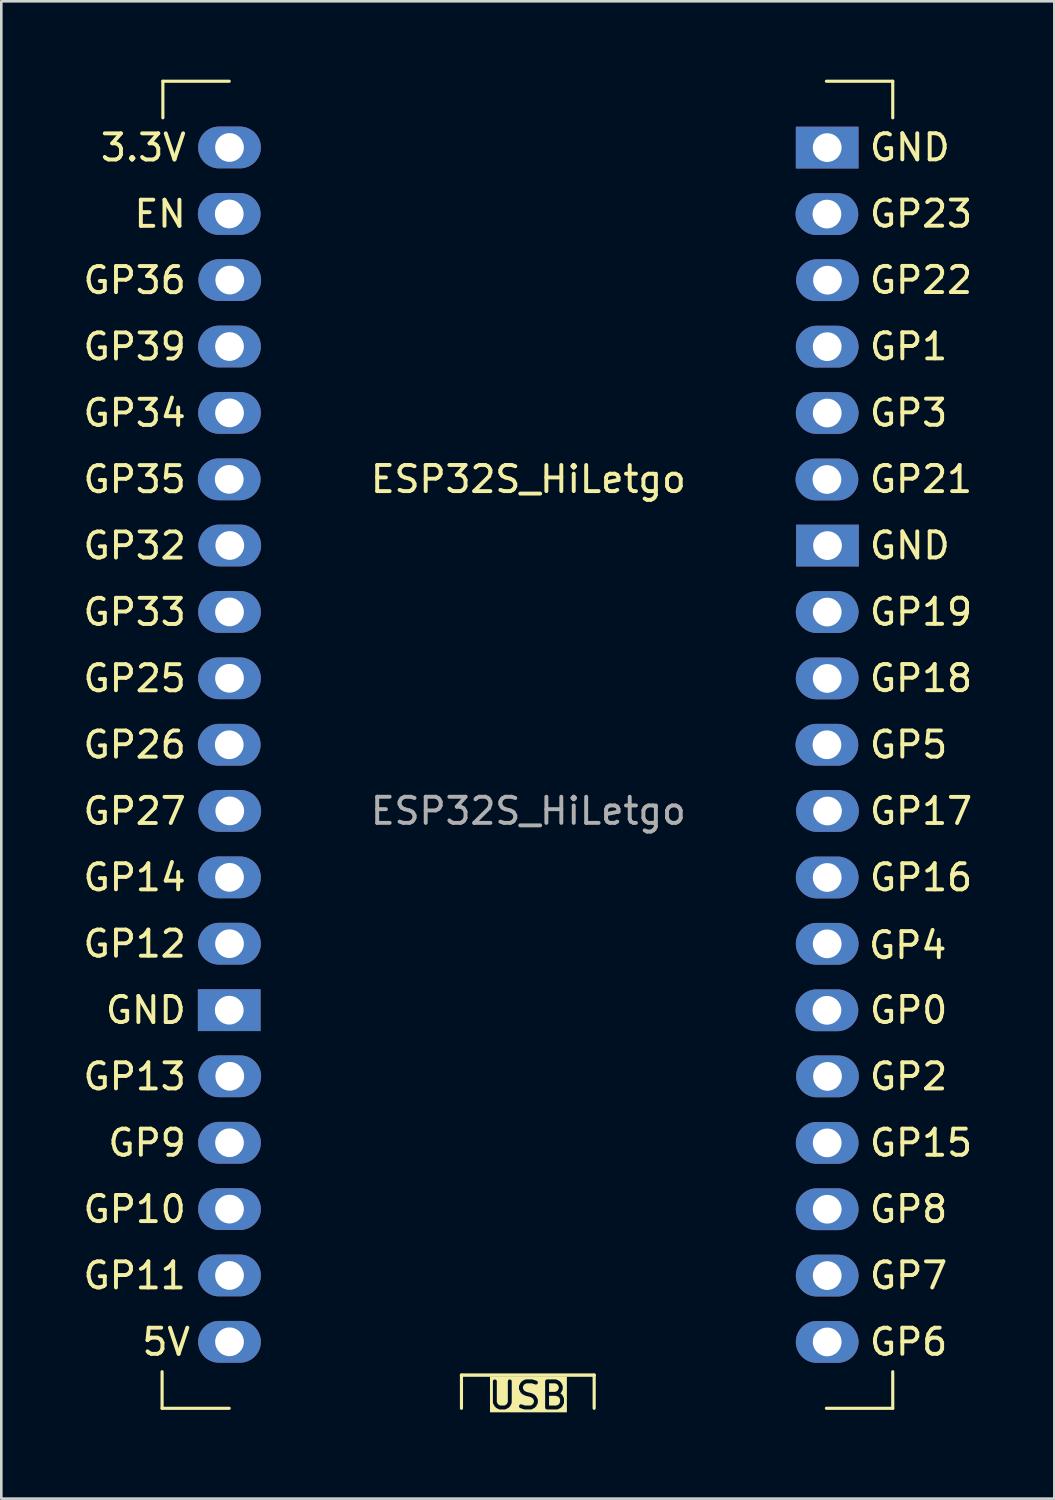
<source format=kicad_pcb>
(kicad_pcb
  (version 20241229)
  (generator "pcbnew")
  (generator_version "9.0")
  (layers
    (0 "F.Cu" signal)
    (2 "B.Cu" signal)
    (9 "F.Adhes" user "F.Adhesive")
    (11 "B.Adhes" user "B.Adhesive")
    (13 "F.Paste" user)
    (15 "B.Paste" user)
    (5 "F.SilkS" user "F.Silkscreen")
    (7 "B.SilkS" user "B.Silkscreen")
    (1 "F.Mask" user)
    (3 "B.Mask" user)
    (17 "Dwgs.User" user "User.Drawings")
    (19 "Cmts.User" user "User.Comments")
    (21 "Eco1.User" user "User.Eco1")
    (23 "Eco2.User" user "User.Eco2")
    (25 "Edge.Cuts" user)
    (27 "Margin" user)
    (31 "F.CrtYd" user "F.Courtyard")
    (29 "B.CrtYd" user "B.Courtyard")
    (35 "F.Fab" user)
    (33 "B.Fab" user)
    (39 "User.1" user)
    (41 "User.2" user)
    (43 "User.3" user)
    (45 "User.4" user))
  (footprint "ESP32S_HiLetgo"
    (layer "F.Cu")
    (at 17.155 25.46)
    (property "Reference" "ESP32S_HiLetgo" (at 0.02 -10.165 0) (unlocked yes) (layer "F.SilkS") (effects (font (size 1 1) (thickness 0.15))))
    (attr smd)
    (fp_line (start -14 25.4) (end -14 24) (stroke (width 0.12) (type default)) (layer "F.SilkS"))
    (fp_line (start -13.97 -25.4) (end -13.97 -24) (stroke (width 0.12) (type default)) (layer "F.SilkS"))
    (fp_line (start -11.43 -25.4) (end -13.97 -25.4) (stroke (width 0.12) (type default)) (layer "F.SilkS"))
    (fp_line (start -11.43 25.4) (end -14 25.4) (stroke (width 0.12) (type default)) (layer "F.SilkS"))
    (fp_line (start -2.54 24.13) (end 2.54 24.13) (stroke (width 0.13) (type default)) (layer "F.SilkS"))
    (fp_line (start -2.54 25.4) (end -2.54 24.13) (stroke (width 0.12) (type default)) (layer "F.SilkS"))
    (fp_line (start 2.54 24.13) (end 2.54 25.4) (stroke (width 0.12) (type default)) (layer "F.SilkS"))
    (fp_line (start 11.43 -25.4) (end 13.97 -25.4) (stroke (width 0.12) (type default)) (layer "F.SilkS"))
    (fp_line (start 11.43 25.4) (end 13.97 25.4) (stroke (width 0.12) (type default)) (layer "F.SilkS"))
    (fp_line (start 13.97 -25.4) (end 13.97 -24) (stroke (width 0.12) (type default)) (layer "F.SilkS"))
    (fp_line (start 13.97 25.4) (end 13.97 24) (stroke (width 0.12) (type default)) (layer "F.SilkS"))
    (fp_text user "EN" (at -13 -20.32 0) (unlocked yes) (layer "F.SilkS") (effects (font (size 1 1) (thickness 0.15)) (justify right)))
    (fp_text user "GP27" (at -13 2.54 0) (unlocked yes) (layer "F.SilkS") (effects (font (size 1 1) (thickness 0.15)) (justify right)))
    (fp_text user "GND" (at 13 -22.865 0) (unlocked yes) (layer "F.SilkS") (effects (font (size 1 1) (thickness 0.15)) (justify left)))
    (fp_text user "GP19" (at 13 -5.085 0) (unlocked yes) (layer "F.SilkS") (effects (font (size 1 1) (thickness 0.15)) (justify left)))
    (fp_text user "GP0" (at 13 10.16 0) (unlocked yes) (layer "F.SilkS") (effects (font (size 1 1) (thickness 0.15)) (justify left)))
    (fp_text user "GP14" (at -13 5.08 0) (unlocked yes) (layer "F.SilkS") (effects (font (size 1 1) (thickness 0.15)) (justify right)))
    (fp_text user "GP3" (at 13 -12.705 0) (unlocked yes) (layer "F.SilkS") (effects (font (size 1 1) (thickness 0.15)) (justify left)))
    (fp_text user "GP21" (at 13 -10.165 0) (unlocked yes) (layer "F.SilkS") (effects (font (size 1 1) (thickness 0.15)) (justify left)))
    (fp_text user "GP26" (at -13 0 0) (unlocked yes) (layer "F.SilkS") (effects (font (size 1 1) (thickness 0.15)) (justify right)))
    (fp_text user "GP22" (at 13 -17.785 0) (unlocked yes) (layer "F.SilkS") (effects (font (size 1 1) (thickness 0.15)) (justify left)))
    (fp_text user "GP33" (at -13 -5.08 0) (unlocked yes) (layer "F.SilkS") (effects (font (size 1 1) (thickness 0.15)) (justify right)))
    (fp_text user "GP11" (at -13 20.32 0) (unlocked yes) (layer "F.SilkS") (effects (font (size 1 1) (thickness 0.15)) (justify right)))
    (fp_text user "GP9" (at -13 15.24 0) (unlocked yes) (layer "F.SilkS") (effects (font (size 1 1) (thickness 0.15)) (justify right)))
    (fp_text user "GP4" (at 12.968 7.678 0) (unlocked yes) (layer "F.SilkS") (effects (font (size 1 1) (thickness 0.15)) (justify left)))
    (fp_text user "3.3V" (at -13 -22.86 0) (unlocked yes) (layer "F.SilkS") (effects (font (size 1 1) (thickness 0.15)) (justify right)))
    (fp_text user "GND" (at 13 -7.625 0) (unlocked yes) (layer "F.SilkS") (effects (font (size 1 1) (thickness 0.15)) (justify left)))
    (fp_text user "GP39" (at -13 -15.24 0) (unlocked yes) (layer "F.SilkS") (effects (font (size 1 1) (thickness 0.15)) (justify right)))
    (fp_text user "GP23" (at 13 -20.325 0) (unlocked yes) (layer "F.SilkS") (effects (font (size 1 1) (thickness 0.15)) (justify left)))
    (fp_text user "GP25" (at -13 -2.54 0) (unlocked yes) (layer "F.SilkS") (effects (font (size 1 1) (thickness 0.15)) (justify right)))
    (fp_text user "GP12" (at -13 7.62 0) (unlocked yes) (layer "F.SilkS") (effects (font (size 1 1) (thickness 0.15)) (justify right)))
    (fp_text user "GP16" (at 13 5.08 0) (unlocked yes) (layer "F.SilkS") (effects (font (size 1 1) (thickness 0.15)) (justify left)))
    (fp_text user "GP13" (at -13 12.7 0) (unlocked yes) (layer "F.SilkS") (effects (font (size 1 1) (thickness 0.15)) (justify right)))
    (fp_text user "5V" (at -12.84 22.86 0) (unlocked yes) (layer "F.SilkS") (effects (font (size 1 1) (thickness 0.15)) (justify right)))
    (fp_text user "GP15" (at 13 15.24 0) (unlocked yes) (layer "F.SilkS") (effects (font (size 1 1) (thickness 0.15)) (justify left)))
    (fp_text user "GND" (at -13 10.16 0) (unlocked yes) (layer "F.SilkS") (effects (font (size 1 1) (thickness 0.15)) (justify right)))
    (fp_text user "GP34" (at -13 -12.7 0) (unlocked yes) (layer "F.SilkS") (effects (font (size 1 1) (thickness 0.15)) (justify right)))
    (fp_text user "GP8" (at 13 17.78 0) (unlocked yes) (layer "F.SilkS") (effects (font (size 1 1) (thickness 0.15)) (justify left)))
    (fp_text user "GP18" (at 13 -2.545 0) (unlocked yes) (layer "F.SilkS") (effects (font (size 1 1) (thickness 0.15)) (justify left)))
    (fp_text user "GP5" (at 13 0 0) (unlocked yes) (layer "F.SilkS") (effects (font (size 1 1) (thickness 0.15)) (justify left)))
    (fp_text user "GP35" (at -13 -10.16 0) (unlocked yes) (layer "F.SilkS") (effects (font (size 1 1) (thickness 0.15)) (justify right)))
    (fp_text user "GP2" (at 13 12.7 0) (unlocked yes) (layer "F.SilkS") (effects (font (size 1 1) (thickness 0.15)) (justify left)))
    (fp_text user "GP10" (at -13 17.78 0) (unlocked yes) (layer "F.SilkS") (effects (font (size 1 1) (thickness 0.15)) (justify right)))
    (fp_text user "GP7" (at 13 20.32 0) (unlocked yes) (layer "F.SilkS") (effects (font (size 1 1) (thickness 0.15)) (justify left)))
    (fp_text user "USB" (at 0 25.5 0) (unlocked yes) (layer "F.SilkS" knockout) (effects (font (size 1 1) (thickness 0.15)) (justify bottom)))
    (fp_text user "GP6" (at 13 22.86 0) (unlocked yes) (layer "F.SilkS") (effects (font (size 1 1) (thickness 0.15)) (justify left)))
    (fp_text user "GP36" (at -13 -17.78 0) (unlocked yes) (layer "F.SilkS") (effects (font (size 1 1) (thickness 0.15)) (justify right)))
    (fp_text user "GP32" (at -13 -7.62 0) (unlocked yes) (layer "F.SilkS") (effects (font (size 1 1) (thickness 0.15)) (justify right)))
    (fp_text user "GP17" (at 13 2.54 0) (unlocked yes) (layer "F.SilkS") (effects (font (size 1 1) (thickness 0.15)) (justify left)))
    (fp_text user "GP1" (at 13 -15.245 0) (unlocked yes) (layer "F.SilkS") (effects (font (size 1 1) (thickness 0.15)) (justify left)))
    (fp_text user "${REFERENCE}" (at 0.02 2.535 0) (unlocked yes) (layer "F.Fab") (effects (font (size 1 1) (thickness 0.15))))
    (pad "1" thru_hole oval (at -11.42 -22.865) (size 2.4 1.6) (drill 1.1) (layers "*.Cu" "*.Mask"))
    (pad "2" thru_hole oval (at -11.43 -20.32) (size 2.4 1.6) (drill 1.1) (layers "*.Cu" "*.Mask"))
    (pad "3" thru_hole oval (at -11.41 -17.789) (size 2.4 1.6) (drill 1.1) (layers "*.Cu" "*.Mask"))
    (pad "4" thru_hole oval (at -11.42 -15.245) (size 2.4 1.6) (drill 1.1) (layers "*.Cu" "*.Mask"))
    (pad "5" thru_hole oval (at -11.42 -12.705) (size 2.4 1.6) (drill 1.1) (layers "*.Cu" "*.Mask"))
    (pad "6" thru_hole oval (at -11.43 -10.16) (size 2.4 1.6) (drill 1.1) (layers "*.Cu" "*.Mask"))
    (pad "7" thru_hole oval (at -11.41 -7.629) (size 2.4 1.6) (drill 1.1) (layers "*.Cu" "*.Mask"))
    (pad "8" thru_hole oval (at -11.42 -5.085) (size 2.4 1.6) (drill 1.1) (layers "*.Cu" "*.Mask"))
    (pad "9" thru_hole oval (at -11.42 -2.545) (size 2.4 1.6) (drill 1.1) (layers "*.Cu" "*.Mask"))
    (pad "10" thru_hole oval (at -11.43 0) (size 2.4 1.6) (drill 1.1) (layers "*.Cu" "*.Mask"))
    (pad "11" thru_hole oval (at -11.41 2.531) (size 2.4 1.6) (drill 1.1) (layers "*.Cu" "*.Mask"))
    (pad "12" thru_hole oval (at -11.42 5.075) (size 2.4 1.6) (drill 1.1) (layers "*.Cu" "*.Mask"))
    (pad "13" thru_hole oval (at -11.42 7.615) (size 2.4 1.6) (drill 1.1) (layers "*.Cu" "*.Mask"))
    (pad "14" thru_hole rect (at -11.43 10.16) (size 2.4 1.6) (drill 1.1) (layers "*.Cu" "*.Mask"))
    (pad "15" thru_hole oval (at -11.41 12.691) (size 2.4 1.6) (drill 1.1) (layers "*.Cu" "*.Mask"))
    (pad "16" thru_hole oval (at -11.42 15.235) (size 2.4 1.6) (drill 1.1) (layers "*.Cu" "*.Mask"))
    (pad "17" thru_hole oval (at -11.42 17.775) (size 2.4 1.6) (drill 1.1) (layers "*.Cu" "*.Mask"))
    (pad "18" thru_hole oval (at -11.42 20.315) (size 2.4 1.6) (drill 1.1) (layers "*.Cu" "*.Mask"))
    (pad "19" thru_hole oval (at -11.42 22.855) (size 2.4 1.6) (drill 1.1) (layers "*.Cu" "*.Mask"))
    (pad "20" thru_hole oval (at 11.46 22.86) (size 2.4 1.6) (drill 1.1) (layers "*.Cu" "*.Mask"))
    (pad "21" thru_hole oval (at 11.46 20.32) (size 2.4 1.6) (drill 1.1) (layers "*.Cu" "*.Mask"))
    (pad "22" thru_hole oval (at 11.46 17.78) (size 2.4 1.6) (drill 1.1) (layers "*.Cu" "*.Mask"))
    (pad "23" thru_hole oval (at 11.46 15.24) (size 2.4 1.6) (drill 1.1) (layers "*.Cu" "*.Mask"))
    (pad "24" thru_hole oval (at 11.471 12.695) (size 2.4 1.6) (drill 1.1) (layers "*.Cu" "*.Mask"))
    (pad "25" thru_hole oval (at 11.45 10.165) (size 2.4 1.6) (drill 1.1) (layers "*.Cu" "*.Mask"))
    (pad "26" thru_hole oval (at 11.46 7.62) (size 2.4 1.6) (drill 1.1) (layers "*.Cu" "*.Mask"))
    (pad "27" thru_hole oval (at 11.46 5.08) (size 2.4 1.6) (drill 1.1) (layers "*.Cu" "*.Mask"))
    (pad "28" thru_hole oval (at 11.471 2.535) (size 2.4 1.6) (drill 1.1) (layers "*.Cu" "*.Mask"))
    (pad "29" thru_hole oval (at 11.45 0) (size 2.4 1.6) (drill 1.1) (layers "*.Cu" "*.Mask"))
    (pad "30" thru_hole oval (at 11.46 -2.54) (size 2.4 1.6) (drill 1.1) (layers "*.Cu" "*.Mask"))
    (pad "31" thru_hole oval (at 11.46 -5.08) (size 2.4 1.6) (drill 1.1) (layers "*.Cu" "*.Mask"))
    (pad "32" thru_hole rect (at 11.471 -7.625) (size 2.4 1.6) (drill 1.1) (layers "*.Cu" "*.Mask"))
    (pad "33" thru_hole oval (at 11.45 -10.155) (size 2.4 1.6) (drill 1.1) (layers "*.Cu" "*.Mask"))
    (pad "34" thru_hole oval (at 11.46 -12.7) (size 2.4 1.6) (drill 1.1) (layers "*.Cu" "*.Mask"))
    (pad "35" thru_hole oval (at 11.46 -15.24) (size 2.4 1.6) (drill 1.1) (layers "*.Cu" "*.Mask"))
    (pad "36" thru_hole oval (at 11.471 -17.785) (size 2.4 1.6) (drill 1.1) (layers "*.Cu" "*.Mask"))
    (pad "37" thru_hole oval (at 11.45 -20.315) (size 2.4 1.6) (drill 1.1) (layers "*.Cu" "*.Mask"))
    (pad "38" thru_hole rect (at 11.46 -22.86) (size 2.4 1.6) (drill 1.1) (layers "*.Cu" "*.Mask"))
    (zone (net_name "") (layers "F.Cu" "B.Cu") (hatch edge 0.5) (connect_pads) (min_thickness 0.25) (filled_areas_thickness no) (keepout (tracks allowed) (vias allowed) (pads allowed) (copperpour not_allowed) (footprints allowed)) (placement (enabled no)) (fill) (polygon (pts (xy 26.045 1.33) (xy 26.045 8.95) (xy 8.265 8.95) (xy 8.265 1.33)))))
  (gr_rect
    (start -3 -3)
    (end 37.31 54.318)
    (stroke (width 0.1) (type default))
    (fill no)
    (layer "Edge.Cuts")))
</source>
